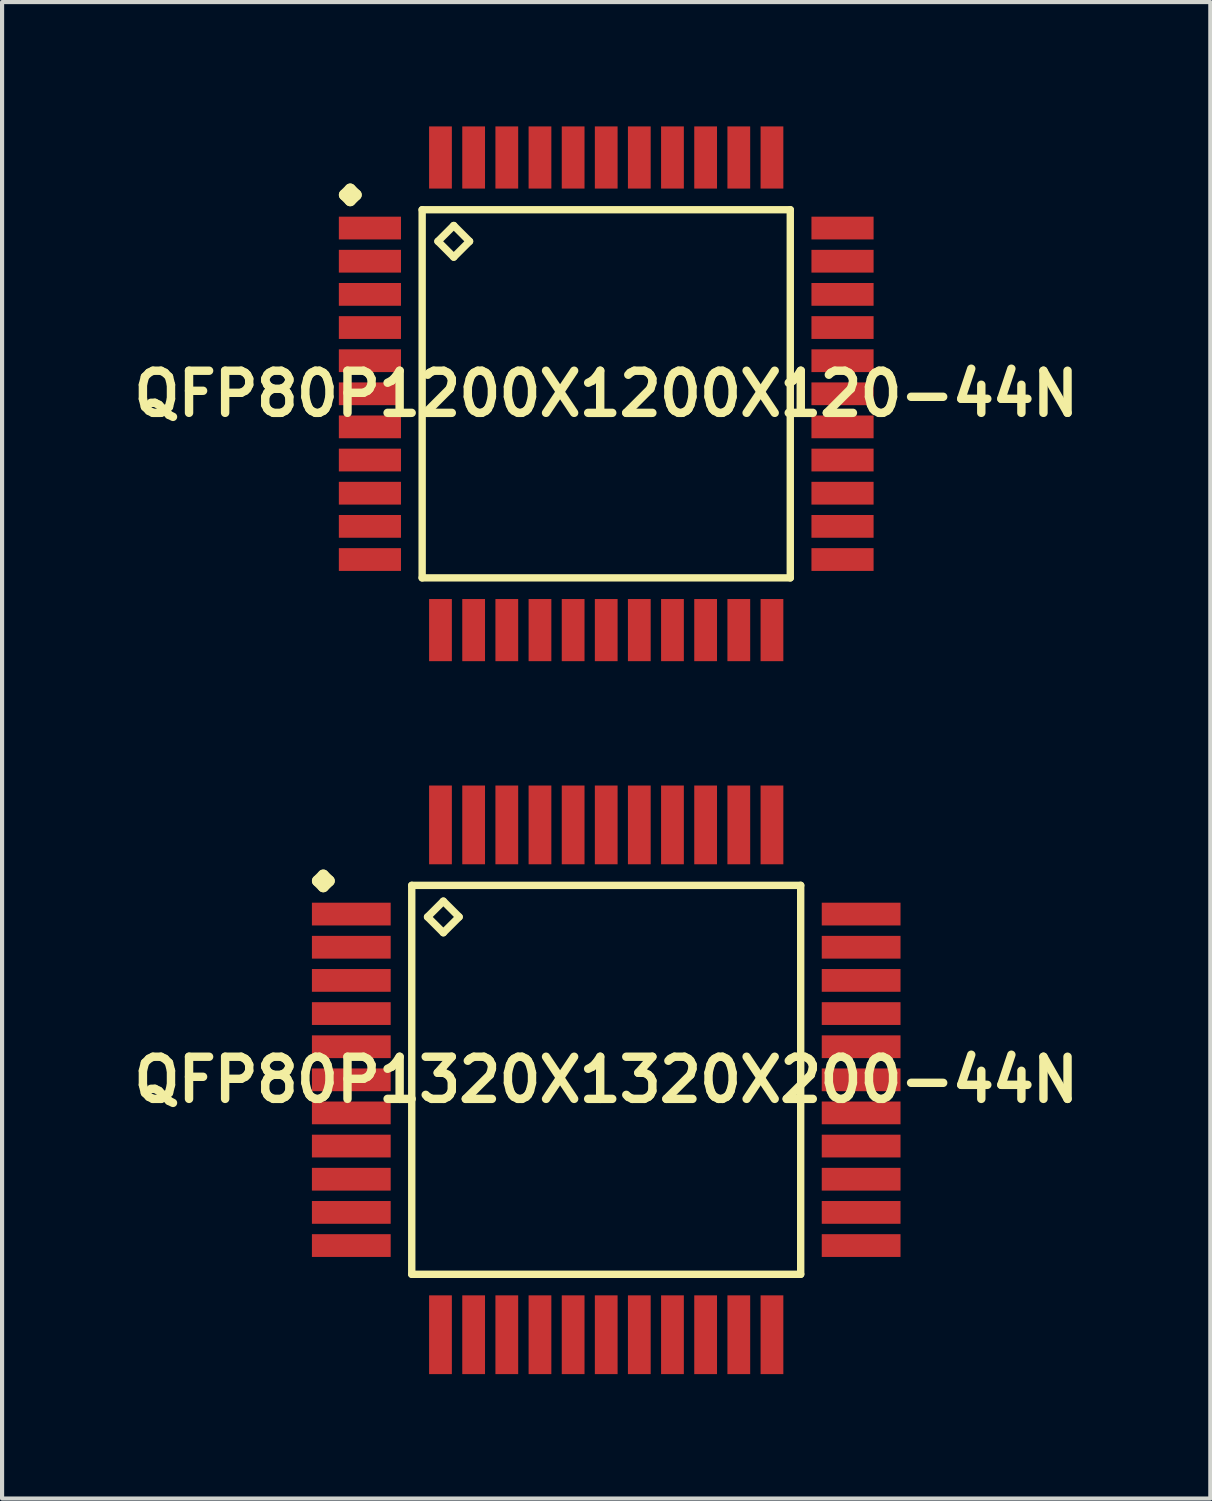
<source format=kicad_pcb>
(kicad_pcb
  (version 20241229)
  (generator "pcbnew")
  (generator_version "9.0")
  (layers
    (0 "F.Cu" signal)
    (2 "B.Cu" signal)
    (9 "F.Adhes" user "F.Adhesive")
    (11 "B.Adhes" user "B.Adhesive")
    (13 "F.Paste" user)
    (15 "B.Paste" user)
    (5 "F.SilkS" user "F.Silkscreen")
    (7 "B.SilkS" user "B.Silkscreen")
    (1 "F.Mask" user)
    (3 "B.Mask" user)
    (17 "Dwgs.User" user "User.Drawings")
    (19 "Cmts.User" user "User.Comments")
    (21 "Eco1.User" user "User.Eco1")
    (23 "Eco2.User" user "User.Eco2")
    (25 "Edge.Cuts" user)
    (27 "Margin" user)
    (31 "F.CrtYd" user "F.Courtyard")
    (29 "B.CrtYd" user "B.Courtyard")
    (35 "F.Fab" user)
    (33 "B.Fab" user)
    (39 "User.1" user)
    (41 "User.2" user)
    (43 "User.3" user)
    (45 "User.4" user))
  (footprint "QFP80P1320X1320X200-44N"
    (layer "F.Cu")
    (at 11.573 22.997)
    (property "Reference" "QFP80P1320X1320X200-44N" (at 0 0 0) (layer "F.SilkS") (effects (font (size 1.016 1.016) (thickness 0.203))))
    (attr smd)
    (fp_line (start -6.962 -4.798) (end -6.825 -4.935) (stroke (width 0.274) (type solid)) (layer "F.SilkS"))
    (fp_line (start -6.825 -4.935) (end -6.685 -4.798) (stroke (width 0.274) (type solid)) (layer "F.SilkS"))
    (fp_line (start -6.825 -4.661) (end -6.962 -4.798) (stroke (width 0.274) (type solid)) (layer "F.SilkS"))
    (fp_line (start -6.685 -4.798) (end -6.825 -4.661) (stroke (width 0.274) (type solid)) (layer "F.SilkS"))
    (fp_line (start -4.691 -4.691) (end -4.691 4.691) (stroke (width 0.178) (type solid)) (layer "F.SilkS"))
    (fp_line (start -4.691 4.691) (end 4.691 4.691) (stroke (width 0.178) (type solid)) (layer "F.SilkS"))
    (fp_line (start -4.31 -3.929) (end -3.929 -4.31) (stroke (width 0.178) (type solid)) (layer "F.SilkS"))
    (fp_line (start -3.929 -4.31) (end -3.548 -3.929) (stroke (width 0.178) (type solid)) (layer "F.SilkS"))
    (fp_line (start -3.929 -3.548) (end -4.31 -3.929) (stroke (width 0.178) (type solid)) (layer "F.SilkS"))
    (fp_line (start -3.548 -3.929) (end -3.929 -3.548) (stroke (width 0.178) (type solid)) (layer "F.SilkS"))
    (fp_line (start 4.691 -4.691) (end -4.691 -4.691) (stroke (width 0.178) (type solid)) (layer "F.SilkS"))
    (fp_line (start 4.691 4.691) (end 4.691 -4.691) (stroke (width 0.178) (type solid)) (layer "F.SilkS"))
    (pad "1" smd rect (at -6.149 -3.998) (size 1.9 0.549) (layers "F.Cu" "F.Mask" "F.Paste"))
    (pad "2" smd rect (at -6.149 -3.198) (size 1.9 0.549) (layers "F.Cu" "F.Mask" "F.Paste"))
    (pad "3" smd rect (at -6.149 -2.398) (size 1.9 0.549) (layers "F.Cu" "F.Mask" "F.Paste"))
    (pad "4" smd rect (at -6.149 -1.598) (size 1.9 0.549) (layers "F.Cu" "F.Mask" "F.Paste"))
    (pad "5" smd rect (at -6.149 -0.798) (size 1.9 0.549) (layers "F.Cu" "F.Mask" "F.Paste"))
    (pad "6" smd rect (at -6.149 0) (size 1.9 0.549) (layers "F.Cu" "F.Mask" "F.Paste"))
    (pad "7" smd rect (at -6.149 0.798) (size 1.9 0.549) (layers "F.Cu" "F.Mask" "F.Paste"))
    (pad "8" smd rect (at -6.149 1.598) (size 1.9 0.549) (layers "F.Cu" "F.Mask" "F.Paste"))
    (pad "9" smd rect (at -6.149 2.398) (size 1.9 0.549) (layers "F.Cu" "F.Mask" "F.Paste"))
    (pad "10" smd rect (at -6.149 3.198) (size 1.9 0.549) (layers "F.Cu" "F.Mask" "F.Paste"))
    (pad "11" smd rect (at -6.149 3.998) (size 1.9 0.549) (layers "F.Cu" "F.Mask" "F.Paste"))
    (pad "12" smd rect (at -3.998 6.149) (size 0.549 1.9) (layers "F.Cu" "F.Mask" "F.Paste"))
    (pad "13" smd rect (at -3.198 6.149) (size 0.549 1.9) (layers "F.Cu" "F.Mask" "F.Paste"))
    (pad "14" smd rect (at -2.398 6.149) (size 0.549 1.9) (layers "F.Cu" "F.Mask" "F.Paste"))
    (pad "15" smd rect (at -1.598 6.149) (size 0.549 1.9) (layers "F.Cu" "F.Mask" "F.Paste"))
    (pad "16" smd rect (at -0.798 6.149) (size 0.549 1.9) (layers "F.Cu" "F.Mask" "F.Paste"))
    (pad "17" smd rect (at 0 6.149) (size 0.549 1.9) (layers "F.Cu" "F.Mask" "F.Paste"))
    (pad "18" smd rect (at 0.798 6.149) (size 0.549 1.9) (layers "F.Cu" "F.Mask" "F.Paste"))
    (pad "19" smd rect (at 1.598 6.149) (size 0.549 1.9) (layers "F.Cu" "F.Mask" "F.Paste"))
    (pad "20" smd rect (at 2.398 6.149) (size 0.549 1.9) (layers "F.Cu" "F.Mask" "F.Paste"))
    (pad "21" smd rect (at 3.198 6.149) (size 0.549 1.9) (layers "F.Cu" "F.Mask" "F.Paste"))
    (pad "22" smd rect (at 3.998 6.149) (size 0.549 1.9) (layers "F.Cu" "F.Mask" "F.Paste"))
    (pad "23" smd rect (at 6.149 3.998) (size 1.9 0.549) (layers "F.Cu" "F.Mask" "F.Paste"))
    (pad "24" smd rect (at 6.149 3.198) (size 1.9 0.549) (layers "F.Cu" "F.Mask" "F.Paste"))
    (pad "25" smd rect (at 6.149 2.398) (size 1.9 0.549) (layers "F.Cu" "F.Mask" "F.Paste"))
    (pad "26" smd rect (at 6.149 1.598) (size 1.9 0.549) (layers "F.Cu" "F.Mask" "F.Paste"))
    (pad "27" smd rect (at 6.149 0.798) (size 1.9 0.549) (layers "F.Cu" "F.Mask" "F.Paste"))
    (pad "28" smd rect (at 6.149 0) (size 1.9 0.549) (layers "F.Cu" "F.Mask" "F.Paste"))
    (pad "29" smd rect (at 6.149 -0.798) (size 1.9 0.549) (layers "F.Cu" "F.Mask" "F.Paste"))
    (pad "30" smd rect (at 6.149 -1.598) (size 1.9 0.549) (layers "F.Cu" "F.Mask" "F.Paste"))
    (pad "31" smd rect (at 6.149 -2.398) (size 1.9 0.549) (layers "F.Cu" "F.Mask" "F.Paste"))
    (pad "32" smd rect (at 6.149 -3.198) (size 1.9 0.549) (layers "F.Cu" "F.Mask" "F.Paste"))
    (pad "33" smd rect (at 6.149 -3.998) (size 1.9 0.549) (layers "F.Cu" "F.Mask" "F.Paste"))
    (pad "34" smd rect (at 3.998 -6.149) (size 0.549 1.9) (layers "F.Cu" "F.Mask" "F.Paste"))
    (pad "35" smd rect (at 3.198 -6.149) (size 0.549 1.9) (layers "F.Cu" "F.Mask" "F.Paste"))
    (pad "36" smd rect (at 2.398 -6.149) (size 0.549 1.9) (layers "F.Cu" "F.Mask" "F.Paste"))
    (pad "37" smd rect (at 1.598 -6.149) (size 0.549 1.9) (layers "F.Cu" "F.Mask" "F.Paste"))
    (pad "38" smd rect (at 0.798 -6.149) (size 0.549 1.9) (layers "F.Cu" "F.Mask" "F.Paste"))
    (pad "39" smd rect (at 0 -6.149) (size 0.549 1.9) (layers "F.Cu" "F.Mask" "F.Paste"))
    (pad "40" smd rect (at -0.798 -6.149) (size 0.549 1.9) (layers "F.Cu" "F.Mask" "F.Paste"))
    (pad "41" smd rect (at -1.598 -6.149) (size 0.549 1.9) (layers "F.Cu" "F.Mask" "F.Paste"))
    (pad "42" smd rect (at -2.398 -6.149) (size 0.549 1.9) (layers "F.Cu" "F.Mask" "F.Paste"))
    (pad "43" smd rect (at -3.198 -6.149) (size 0.549 1.9) (layers "F.Cu" "F.Mask" "F.Paste"))
    (pad "44" smd rect (at -3.998 -6.149) (size 0.549 1.9) (layers "F.Cu" "F.Mask" "F.Paste")))
  (footprint "QFP80P1200X1200X120-44N"
    (layer "F.Cu")
    (at 11.573 6.449)
    (property "Reference" "QFP80P1200X1200X120-44N" (at 0 0 0) (layer "F.SilkS") (effects (font (size 1.016 1.016) (thickness 0.203))))
    (attr smd)
    (fp_line (start -6.312 -4.798) (end -6.175 -4.935) (stroke (width 0.274) (type solid)) (layer "F.SilkS"))
    (fp_line (start -6.175 -4.935) (end -6.035 -4.798) (stroke (width 0.274) (type solid)) (layer "F.SilkS"))
    (fp_line (start -6.175 -4.661) (end -6.312 -4.798) (stroke (width 0.274) (type solid)) (layer "F.SilkS"))
    (fp_line (start -6.035 -4.798) (end -6.175 -4.661) (stroke (width 0.274) (type solid)) (layer "F.SilkS"))
    (fp_line (start -4.44 -4.44) (end -4.44 4.44) (stroke (width 0.178) (type solid)) (layer "F.SilkS"))
    (fp_line (start -4.44 4.44) (end 4.44 4.44) (stroke (width 0.178) (type solid)) (layer "F.SilkS"))
    (fp_line (start -4.059 -3.678) (end -3.678 -4.059) (stroke (width 0.178) (type solid)) (layer "F.SilkS"))
    (fp_line (start -3.678 -4.059) (end -3.297 -3.678) (stroke (width 0.178) (type solid)) (layer "F.SilkS"))
    (fp_line (start -3.678 -3.297) (end -4.059 -3.678) (stroke (width 0.178) (type solid)) (layer "F.SilkS"))
    (fp_line (start -3.297 -3.678) (end -3.678 -3.297) (stroke (width 0.178) (type solid)) (layer "F.SilkS"))
    (fp_line (start 4.44 -4.44) (end -4.44 -4.44) (stroke (width 0.178) (type solid)) (layer "F.SilkS"))
    (fp_line (start 4.44 4.44) (end 4.44 -4.44) (stroke (width 0.178) (type solid)) (layer "F.SilkS"))
    (pad "1" smd rect (at -5.7 -3.998) (size 1.499 0.549) (layers "F.Cu" "F.Mask" "F.Paste"))
    (pad "2" smd rect (at -5.7 -3.198) (size 1.499 0.549) (layers "F.Cu" "F.Mask" "F.Paste"))
    (pad "3" smd rect (at -5.7 -2.398) (size 1.499 0.549) (layers "F.Cu" "F.Mask" "F.Paste"))
    (pad "4" smd rect (at -5.7 -1.598) (size 1.499 0.549) (layers "F.Cu" "F.Mask" "F.Paste"))
    (pad "5" smd rect (at -5.7 -0.798) (size 1.499 0.549) (layers "F.Cu" "F.Mask" "F.Paste"))
    (pad "6" smd rect (at -5.7 0) (size 1.499 0.549) (layers "F.Cu" "F.Mask" "F.Paste"))
    (pad "7" smd rect (at -5.7 0.798) (size 1.499 0.549) (layers "F.Cu" "F.Mask" "F.Paste"))
    (pad "8" smd rect (at -5.7 1.598) (size 1.499 0.549) (layers "F.Cu" "F.Mask" "F.Paste"))
    (pad "9" smd rect (at -5.7 2.398) (size 1.499 0.549) (layers "F.Cu" "F.Mask" "F.Paste"))
    (pad "10" smd rect (at -5.7 3.198) (size 1.499 0.549) (layers "F.Cu" "F.Mask" "F.Paste"))
    (pad "11" smd rect (at -5.7 3.998) (size 1.499 0.549) (layers "F.Cu" "F.Mask" "F.Paste"))
    (pad "12" smd rect (at -3.998 5.7) (size 0.549 1.499) (layers "F.Cu" "F.Mask" "F.Paste"))
    (pad "13" smd rect (at -3.198 5.7) (size 0.549 1.499) (layers "F.Cu" "F.Mask" "F.Paste"))
    (pad "14" smd rect (at -2.398 5.7) (size 0.549 1.499) (layers "F.Cu" "F.Mask" "F.Paste"))
    (pad "15" smd rect (at -1.598 5.7) (size 0.549 1.499) (layers "F.Cu" "F.Mask" "F.Paste"))
    (pad "16" smd rect (at -0.798 5.7) (size 0.549 1.499) (layers "F.Cu" "F.Mask" "F.Paste"))
    (pad "17" smd rect (at 0 5.7) (size 0.549 1.499) (layers "F.Cu" "F.Mask" "F.Paste"))
    (pad "18" smd rect (at 0.798 5.7) (size 0.549 1.499) (layers "F.Cu" "F.Mask" "F.Paste"))
    (pad "19" smd rect (at 1.598 5.7) (size 0.549 1.499) (layers "F.Cu" "F.Mask" "F.Paste"))
    (pad "20" smd rect (at 2.398 5.7) (size 0.549 1.499) (layers "F.Cu" "F.Mask" "F.Paste"))
    (pad "21" smd rect (at 3.198 5.7) (size 0.549 1.499) (layers "F.Cu" "F.Mask" "F.Paste"))
    (pad "22" smd rect (at 3.998 5.7) (size 0.549 1.499) (layers "F.Cu" "F.Mask" "F.Paste"))
    (pad "23" smd rect (at 5.7 3.998) (size 1.499 0.549) (layers "F.Cu" "F.Mask" "F.Paste"))
    (pad "24" smd rect (at 5.7 3.198) (size 1.499 0.549) (layers "F.Cu" "F.Mask" "F.Paste"))
    (pad "25" smd rect (at 5.7 2.398) (size 1.499 0.549) (layers "F.Cu" "F.Mask" "F.Paste"))
    (pad "26" smd rect (at 5.7 1.598) (size 1.499 0.549) (layers "F.Cu" "F.Mask" "F.Paste"))
    (pad "27" smd rect (at 5.7 0.798) (size 1.499 0.549) (layers "F.Cu" "F.Mask" "F.Paste"))
    (pad "28" smd rect (at 5.7 0) (size 1.499 0.549) (layers "F.Cu" "F.Mask" "F.Paste"))
    (pad "29" smd rect (at 5.7 -0.798) (size 1.499 0.549) (layers "F.Cu" "F.Mask" "F.Paste"))
    (pad "30" smd rect (at 5.7 -1.598) (size 1.499 0.549) (layers "F.Cu" "F.Mask" "F.Paste"))
    (pad "31" smd rect (at 5.7 -2.398) (size 1.499 0.549) (layers "F.Cu" "F.Mask" "F.Paste"))
    (pad "32" smd rect (at 5.7 -3.198) (size 1.499 0.549) (layers "F.Cu" "F.Mask" "F.Paste"))
    (pad "33" smd rect (at 5.7 -3.998) (size 1.499 0.549) (layers "F.Cu" "F.Mask" "F.Paste"))
    (pad "34" smd rect (at 3.998 -5.7) (size 0.549 1.499) (layers "F.Cu" "F.Mask" "F.Paste"))
    (pad "35" smd rect (at 3.198 -5.7) (size 0.549 1.499) (layers "F.Cu" "F.Mask" "F.Paste"))
    (pad "36" smd rect (at 2.398 -5.7) (size 0.549 1.499) (layers "F.Cu" "F.Mask" "F.Paste"))
    (pad "37" smd rect (at 1.598 -5.7) (size 0.549 1.499) (layers "F.Cu" "F.Mask" "F.Paste"))
    (pad "38" smd rect (at 0.798 -5.7) (size 0.549 1.499) (layers "F.Cu" "F.Mask" "F.Paste"))
    (pad "39" smd rect (at 0 -5.7) (size 0.549 1.499) (layers "F.Cu" "F.Mask" "F.Paste"))
    (pad "40" smd rect (at -0.798 -5.7) (size 0.549 1.499) (layers "F.Cu" "F.Mask" "F.Paste"))
    (pad "41" smd rect (at -1.598 -5.7) (size 0.549 1.499) (layers "F.Cu" "F.Mask" "F.Paste"))
    (pad "42" smd rect (at -2.398 -5.7) (size 0.549 1.499) (layers "F.Cu" "F.Mask" "F.Paste"))
    (pad "43" smd rect (at -3.198 -5.7) (size 0.549 1.499) (layers "F.Cu" "F.Mask" "F.Paste"))
    (pad "44" smd rect (at -3.998 -5.7) (size 0.549 1.499) (layers "F.Cu" "F.Mask" "F.Paste")))
  (gr_rect
    (start -3 -3)
    (end 26.145 33.097)
    (stroke (width 0.1) (type default))
    (fill no)
    (layer "Edge.Cuts")))
</source>
